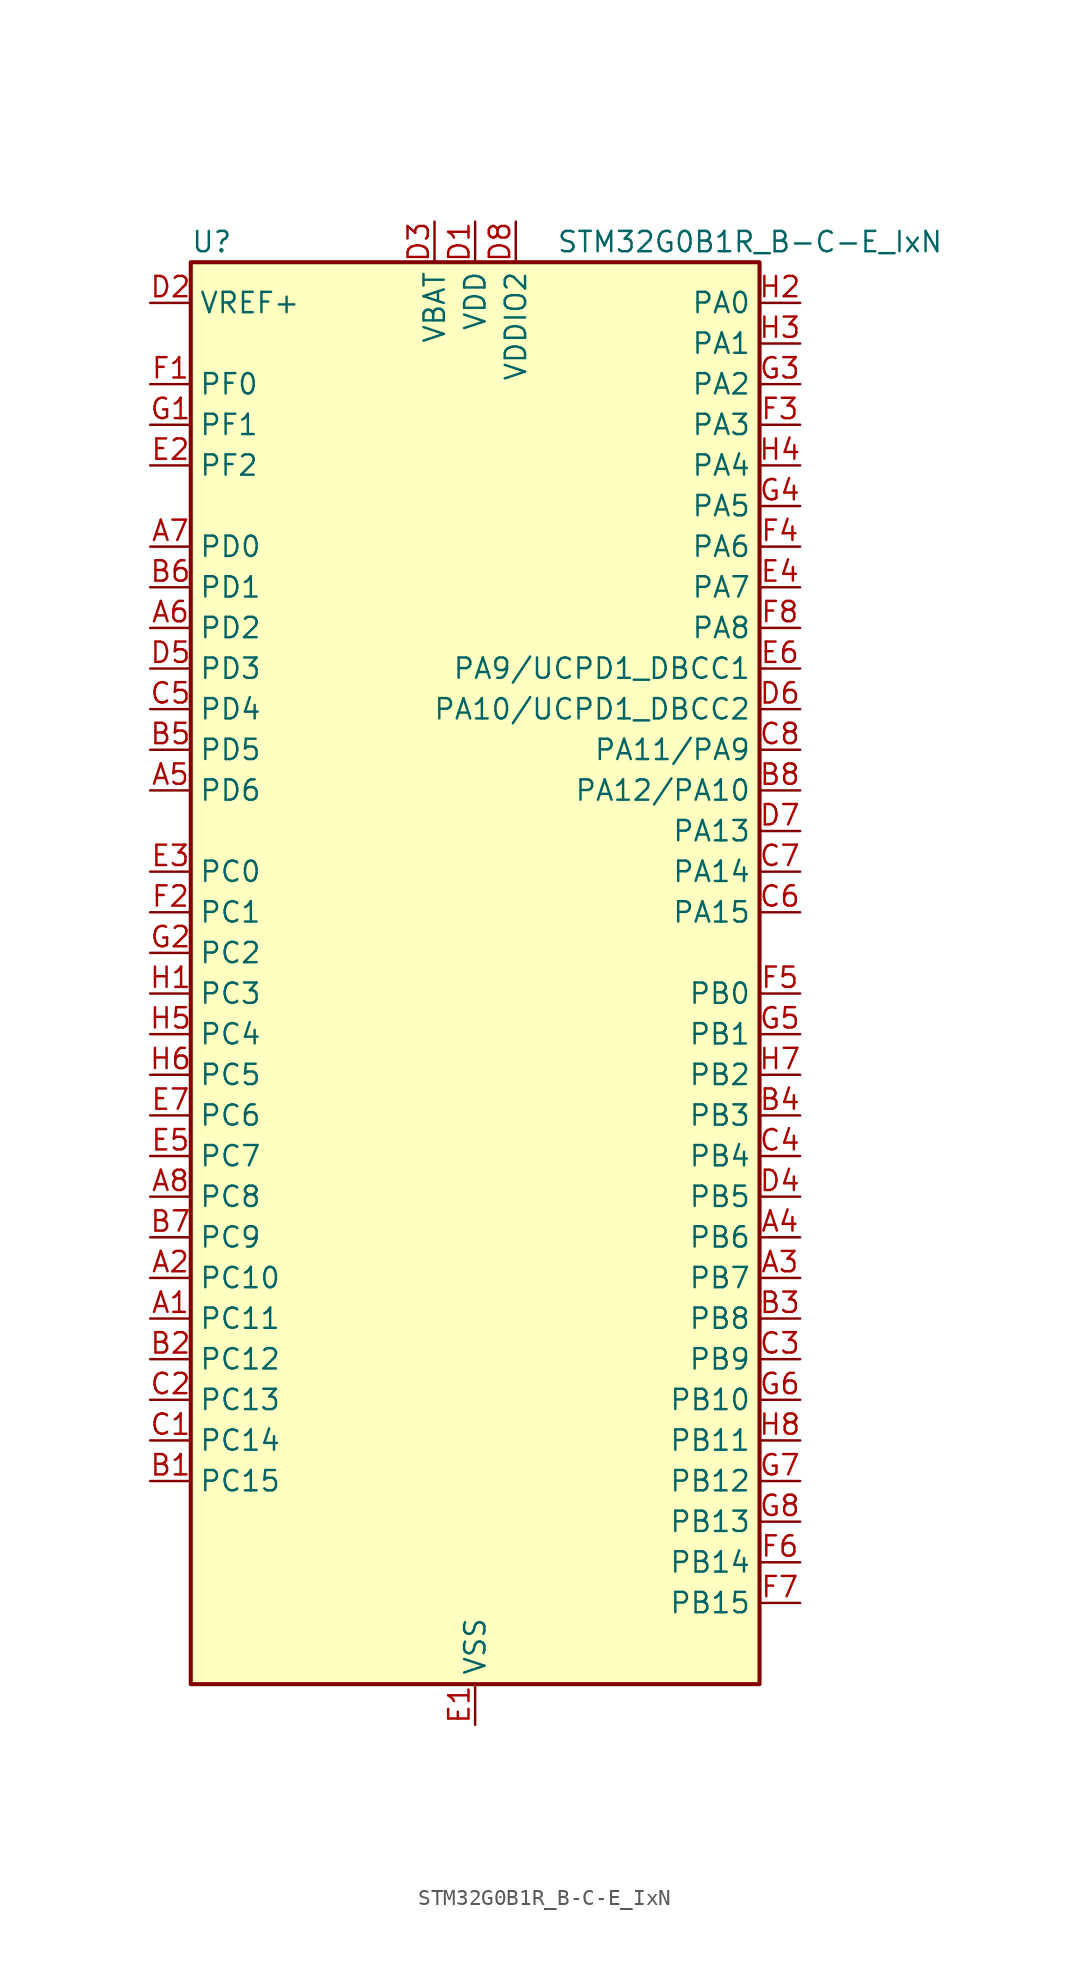
<source format=kicad_sym>
(kicad_symbol_lib
  (version 20231120)
  (generator "kicad_symbol_editor")
  (generator_version "8.0")
  (symbol "STM32G0B1R_B-C-E_IxN"
    (property "Reference" "U"
      (at -17.78 46.99 0)
      (effects (font (size 1.27 1.27)) (justify left)))
    (property "Value" "STM32G0B1R_B-C-E_IxN"
      (at 5.08 46.99 0)
      (effects (font (size 1.27 1.27)) (justify left)))
    (property "ki_locked" ""
      (at 0 0 0)
      (effects (font (size 1.27 1.27))))
    (symbol "STM32G0B1R_B-C-E_IxN_0_1"
      (rectangle (start -17.78 -43.18) (end 17.78 45.72) (stroke (width 0.254) (type default)) (fill (type background))))
    (symbol "STM32G0B1R_B-C-E_IxN_1_1"
      (pin bidirectional line (at -20.32 -20.32 0) (length 2.54) (name "PC11" (effects (font (size 1.27 1.27)))) (number "A1" (effects (font (size 1.27 1.27)))) (alternate "ADC1_EXTI11" bidirectional line) (alternate "SPI3_MISO" bidirectional line) (alternate "TIM1_CH4" bidirectional line) (alternate "USART3_RX" bidirectional line) (alternate "USART4_RX" bidirectional line))
      (pin bidirectional line (at -20.32 -17.78 0) (length 2.54) (name "PC10" (effects (font (size 1.27 1.27)))) (number "A2" (effects (font (size 1.27 1.27)))) (alternate "SPI3_SCK" bidirectional line) (alternate "TIM1_CH3" bidirectional line) (alternate "USART3_TX" bidirectional line) (alternate "USART4_TX" bidirectional line))
      (pin bidirectional line (at 20.32 -17.78 180) (length 2.54) (name "PB7" (effects (font (size 1.27 1.27)))) (number "A3" (effects (font (size 1.27 1.27)))) (alternate "COMP2_INM" bidirectional line) (alternate "I2C1_SDA" bidirectional line) (alternate "I2S2_SD" bidirectional line) (alternate "LPTIM1_IN2" bidirectional line) (alternate "LPUART2_RX" bidirectional line) (alternate "SPI2_MOSI" bidirectional line) (alternate "SYS_PVD_IN" bidirectional line) (alternate "TIM17_CH1N" bidirectional line) (alternate "TIM4_CH2" bidirectional line) (alternate "USART1_RX" bidirectional line) (alternate "USART4_CTS" bidirectional line) (alternate "USART4_NSS" bidirectional line))
      (pin bidirectional line (at 20.32 -15.24 180) (length 2.54) (name "PB6" (effects (font (size 1.27 1.27)))) (number "A4" (effects (font (size 1.27 1.27)))) (alternate "COMP2_INP" bidirectional line) (alternate "FDCAN2_TX" bidirectional line) (alternate "I2C1_SCL" bidirectional line) (alternate "I2S2_MCK" bidirectional line) (alternate "LPTIM1_ETR" bidirectional line) (alternate "LPUART2_TX" bidirectional line) (alternate "SPI2_MISO" bidirectional line) (alternate "TIM16_CH1N" bidirectional line) (alternate "TIM1_CH3" bidirectional line) (alternate "TIM4_CH1" bidirectional line) (alternate "USART1_TX" bidirectional line) (alternate "USART5_CTS" bidirectional line) (alternate "USART5_NSS" bidirectional line))
      (pin bidirectional line (at -20.32 12.7 0) (length 2.54) (name "PD6" (effects (font (size 1.27 1.27)))) (number "A5" (effects (font (size 1.27 1.27)))) (alternate "I2S1_SD" bidirectional line) (alternate "LPTIM2_OUT" bidirectional line) (alternate "SPI1_MOSI" bidirectional line) (alternate "USART2_RX" bidirectional line))
      (pin bidirectional line (at -20.32 22.86 0) (length 2.54) (name "PD2" (effects (font (size 1.27 1.27)))) (number "A6" (effects (font (size 1.27 1.27)))) (alternate "TIM1_CH1N" bidirectional line) (alternate "TIM3_ETR" bidirectional line) (alternate "UCPD2_CC2" bidirectional line) (alternate "USART3_CK" bidirectional line) (alternate "USART3_DE" bidirectional line) (alternate "USART3_RTS" bidirectional line) (alternate "USART5_RX" bidirectional line))
      (pin bidirectional line (at -20.32 27.94 0) (length 2.54) (name "PD0" (effects (font (size 1.27 1.27)))) (number "A7" (effects (font (size 1.27 1.27)))) (alternate "FDCAN1_RX" bidirectional line) (alternate "I2S2_WS" bidirectional line) (alternate "SPI2_NSS" bidirectional line) (alternate "TIM16_CH1" bidirectional line) (alternate "UCPD2_CC1" bidirectional line))
      (pin bidirectional line (at -20.32 -12.7 0) (length 2.54) (name "PC8" (effects (font (size 1.27 1.27)))) (number "A8" (effects (font (size 1.27 1.27)))) (alternate "LPUART2_CTS" bidirectional line) (alternate "TIM1_CH1" bidirectional line) (alternate "TIM3_CH3" bidirectional line) (alternate "UCPD2_FRSTX1" bidirectional line) (alternate "UCPD2_FRSTX2" bidirectional line))
      (pin bidirectional line (at -20.32 -30.48 0) (length 2.54) (name "PC15" (effects (font (size 1.27 1.27)))) (number "B1" (effects (font (size 1.27 1.27)))) (alternate "RCC_OSC32_EN" bidirectional line) (alternate "RCC_OSC32_OUT" bidirectional line) (alternate "RCC_OSC_EN" bidirectional line) (alternate "TIM15_BK" bidirectional line))
      (pin bidirectional line (at -20.32 -22.86 0) (length 2.54) (name "PC12" (effects (font (size 1.27 1.27)))) (number "B2" (effects (font (size 1.27 1.27)))) (alternate "LPTIM1_IN1" bidirectional line) (alternate "SPI3_MOSI" bidirectional line) (alternate "TIM14_CH1" bidirectional line) (alternate "UCPD1_FRSTX1" bidirectional line) (alternate "UCPD1_FRSTX2" bidirectional line) (alternate "USART5_TX" bidirectional line))
      (pin bidirectional line (at 20.32 -20.32 180) (length 2.54) (name "PB8" (effects (font (size 1.27 1.27)))) (number "B3" (effects (font (size 1.27 1.27)))) (alternate "CEC" bidirectional line) (alternate "FDCAN1_RX" bidirectional line) (alternate "I2C1_SCL" bidirectional line) (alternate "I2S2_CK" bidirectional line) (alternate "SPI2_SCK" bidirectional line) (alternate "TIM15_BK" bidirectional line) (alternate "TIM16_CH1" bidirectional line) (alternate "TIM4_CH3" bidirectional line) (alternate "USART3_TX" bidirectional line) (alternate "USART6_TX" bidirectional line))
      (pin bidirectional line (at 20.32 -7.62 180) (length 2.54) (name "PB3" (effects (font (size 1.27 1.27)))) (number "B4" (effects (font (size 1.27 1.27)))) (alternate "COMP2_INM" bidirectional line) (alternate "I2C2_SCL" bidirectional line) (alternate "I2C3_SCL" bidirectional line) (alternate "I2S1_CK" bidirectional line) (alternate "SPI1_SCK" bidirectional line) (alternate "SPI3_SCK" bidirectional line) (alternate "TIM1_CH2" bidirectional line) (alternate "TIM2_CH2" bidirectional line) (alternate "USART1_CK" bidirectional line) (alternate "USART1_DE" bidirectional line) (alternate "USART1_RTS" bidirectional line) (alternate "USART5_TX" bidirectional line))
      (pin bidirectional line (at -20.32 15.24 0) (length 2.54) (name "PD5" (effects (font (size 1.27 1.27)))) (number "B5" (effects (font (size 1.27 1.27)))) (alternate "I2S1_MCK" bidirectional line) (alternate "SPI1_MISO" bidirectional line) (alternate "TIM1_BK" bidirectional line) (alternate "USART2_TX" bidirectional line) (alternate "USART5_CTS" bidirectional line) (alternate "USART5_NSS" bidirectional line))
      (pin bidirectional line (at -20.32 25.4 0) (length 2.54) (name "PD1" (effects (font (size 1.27 1.27)))) (number "B6" (effects (font (size 1.27 1.27)))) (alternate "FDCAN1_TX" bidirectional line) (alternate "I2S2_CK" bidirectional line) (alternate "SPI2_SCK" bidirectional line) (alternate "TIM17_CH1" bidirectional line) (alternate "UCPD2_DBCC1" bidirectional line))
      (pin bidirectional line (at -20.32 -15.24 0) (length 2.54) (name "PC9" (effects (font (size 1.27 1.27)))) (number "B7" (effects (font (size 1.27 1.27)))) (alternate "DAC1_EXTI9" bidirectional line) (alternate "I2S_CKIN" bidirectional line) (alternate "LPUART2_DE" bidirectional line) (alternate "LPUART2_RTS" bidirectional line) (alternate "TIM1_CH2" bidirectional line) (alternate "TIM3_CH4" bidirectional line) (alternate "USB_NOE" bidirectional line))
      (pin bidirectional line (at 20.32 12.7 180) (length 2.54) (name "PA12/PA10" (effects (font (size 1.27 1.27)))) (number "B8" (effects (font (size 1.27 1.27)))) (alternate "COMP2_OUT" bidirectional line) (alternate "FDCAN1_TX" bidirectional line) (alternate "I2C2_SDA" bidirectional line) (alternate "I2S1_SD" bidirectional line) (alternate "I2S_CKIN" bidirectional line) (alternate "SPI1_MOSI" bidirectional line) (alternate "TIM1_ETR" bidirectional line) (alternate "USART1_CK" bidirectional line) (alternate "USART1_DE" bidirectional line) (alternate "USART1_RTS" bidirectional line) (alternate "USB_DP" bidirectional line))
      (pin bidirectional line (at -20.32 -27.94 0) (length 2.54) (name "PC14" (effects (font (size 1.27 1.27)))) (number "C1" (effects (font (size 1.27 1.27)))) (alternate "RCC_OSC32_IN" bidirectional line) (alternate "TIM1_BK2" bidirectional line))
      (pin bidirectional line (at -20.32 -25.4 0) (length 2.54) (name "PC13" (effects (font (size 1.27 1.27)))) (number "C2" (effects (font (size 1.27 1.27)))) (alternate "RTC_OUT1" bidirectional line) (alternate "RTC_TAMP_IN1" bidirectional line) (alternate "RTC_TS" bidirectional line) (alternate "SYS_WKUP2" bidirectional line) (alternate "TIM1_BK" bidirectional line))
      (pin bidirectional line (at 20.32 -22.86 180) (length 2.54) (name "PB9" (effects (font (size 1.27 1.27)))) (number "C3" (effects (font (size 1.27 1.27)))) (alternate "DAC1_EXTI9" bidirectional line) (alternate "FDCAN1_TX" bidirectional line) (alternate "I2C1_SDA" bidirectional line) (alternate "I2S2_WS" bidirectional line) (alternate "IR_OUT" bidirectional line) (alternate "SPI2_NSS" bidirectional line) (alternate "TIM17_CH1" bidirectional line) (alternate "TIM4_CH4" bidirectional line) (alternate "UCPD2_FRSTX1" bidirectional line) (alternate "UCPD2_FRSTX2" bidirectional line) (alternate "USART3_RX" bidirectional line) (alternate "USART6_RX" bidirectional line))
      (pin bidirectional line (at 20.32 -10.16 180) (length 2.54) (name "PB4" (effects (font (size 1.27 1.27)))) (number "C4" (effects (font (size 1.27 1.27)))) (alternate "COMP2_INP" bidirectional line) (alternate "I2C2_SDA" bidirectional line) (alternate "I2C3_SDA" bidirectional line) (alternate "I2S1_MCK" bidirectional line) (alternate "SPI1_MISO" bidirectional line) (alternate "SPI3_MISO" bidirectional line) (alternate "TIM17_BK" bidirectional line) (alternate "TIM3_CH1" bidirectional line) (alternate "USART1_CTS" bidirectional line) (alternate "USART1_NSS" bidirectional line) (alternate "USART5_RX" bidirectional line))
      (pin bidirectional line (at -20.32 17.78 0) (length 2.54) (name "PD4" (effects (font (size 1.27 1.27)))) (number "C5" (effects (font (size 1.27 1.27)))) (alternate "I2S2_SD" bidirectional line) (alternate "SPI2_MOSI" bidirectional line) (alternate "TIM1_CH3N" bidirectional line) (alternate "USART2_CK" bidirectional line) (alternate "USART2_DE" bidirectional line) (alternate "USART2_RTS" bidirectional line) (alternate "USART5_CK" bidirectional line) (alternate "USART5_DE" bidirectional line) (alternate "USART5_RTS" bidirectional line))
      (pin bidirectional line (at 20.32 5.08 180) (length 2.54) (name "PA15" (effects (font (size 1.27 1.27)))) (number "C6" (effects (font (size 1.27 1.27)))) (alternate "I2C2_SMBA" bidirectional line) (alternate "I2S1_WS" bidirectional line) (alternate "RCC_MCO_2" bidirectional line) (alternate "SPI1_NSS" bidirectional line) (alternate "SPI3_NSS" bidirectional line) (alternate "TIM2_CH1" bidirectional line) (alternate "TIM2_ETR" bidirectional line) (alternate "USART2_RX" bidirectional line) (alternate "USART3_CK" bidirectional line) (alternate "USART3_DE" bidirectional line) (alternate "USART3_RTS" bidirectional line) (alternate "USART4_CK" bidirectional line) (alternate "USART4_DE" bidirectional line) (alternate "USART4_RTS" bidirectional line) (alternate "USB_NOE" bidirectional line))
      (pin bidirectional line (at 20.32 7.62 180) (length 2.54) (name "PA14" (effects (font (size 1.27 1.27)))) (number "C7" (effects (font (size 1.27 1.27)))) (alternate "LPUART2_TX" bidirectional line) (alternate "SYS_SWCLK" bidirectional line) (alternate "USART2_TX" bidirectional line))
      (pin bidirectional line (at 20.32 15.24 180) (length 2.54) (name "PA11/PA9" (effects (font (size 1.27 1.27)))) (number "C8" (effects (font (size 1.27 1.27)))) (alternate "ADC1_EXTI11" bidirectional line) (alternate "COMP1_OUT" bidirectional line) (alternate "FDCAN1_RX" bidirectional line) (alternate "I2C2_SCL" bidirectional line) (alternate "I2S1_MCK" bidirectional line) (alternate "SPI1_MISO" bidirectional line) (alternate "TIM1_BK2" bidirectional line) (alternate "TIM1_CH4" bidirectional line) (alternate "USART1_CTS" bidirectional line) (alternate "USART1_NSS" bidirectional line) (alternate "USB_DM" bidirectional line))
      (pin power_in line (at 0 48.26 270) (length 2.54) (name "VDD" (effects (font (size 1.27 1.27)))) (number "D1" (effects (font (size 1.27 1.27)))))
      (pin input line (at -20.32 43.18 0) (length 2.54) (name "VREF+" (effects (font (size 1.27 1.27)))) (number "D2" (effects (font (size 1.27 1.27)))) (alternate "VREFBUF_OUT" bidirectional line))
      (pin power_in line (at -2.54 48.26 270) (length 2.54) (name "VBAT" (effects (font (size 1.27 1.27)))) (number "D3" (effects (font (size 1.27 1.27)))))
      (pin bidirectional line (at 20.32 -12.7 180) (length 2.54) (name "PB5" (effects (font (size 1.27 1.27)))) (number "D4" (effects (font (size 1.27 1.27)))) (alternate "COMP2_OUT" bidirectional line) (alternate "FDCAN2_RX" bidirectional line) (alternate "I2C1_SMBA" bidirectional line) (alternate "I2S1_SD" bidirectional line) (alternate "LPTIM1_IN1" bidirectional line) (alternate "SPI1_MOSI" bidirectional line) (alternate "SPI3_MOSI" bidirectional line) (alternate "SYS_WKUP6" bidirectional line) (alternate "TIM16_BK" bidirectional line) (alternate "TIM3_CH2" bidirectional line) (alternate "USART5_CK" bidirectional line) (alternate "USART5_DE" bidirectional line) (alternate "USART5_RTS" bidirectional line))
      (pin bidirectional line (at -20.32 20.32 0) (length 2.54) (name "PD3" (effects (font (size 1.27 1.27)))) (number "D5" (effects (font (size 1.27 1.27)))) (alternate "I2S2_MCK" bidirectional line) (alternate "SPI2_MISO" bidirectional line) (alternate "TIM1_CH2N" bidirectional line) (alternate "UCPD2_DBCC2" bidirectional line) (alternate "USART2_CTS" bidirectional line) (alternate "USART2_NSS" bidirectional line) (alternate "USART5_TX" bidirectional line))
      (pin bidirectional line (at 20.32 17.78 180) (length 2.54) (name "PA10/UCPD1_DBCC2" (effects (font (size 1.27 1.27)))) (number "D6" (effects (font (size 1.27 1.27)))) (alternate "I2C1_SDA" bidirectional line) (alternate "I2C2_SDA" bidirectional line) (alternate "I2S2_SD" bidirectional line) (alternate "RCC_MCO_2" bidirectional line) (alternate "SPI2_MOSI" bidirectional line) (alternate "TIM17_BK" bidirectional line) (alternate "TIM1_CH3" bidirectional line) (alternate "UCPD1_DBCC2" bidirectional line) (alternate "USART1_RX" bidirectional line))
      (pin bidirectional line (at 20.32 10.16 180) (length 2.54) (name "PA13" (effects (font (size 1.27 1.27)))) (number "D7" (effects (font (size 1.27 1.27)))) (alternate "IR_OUT" bidirectional line) (alternate "LPUART2_RX" bidirectional line) (alternate "SYS_SWDIO" bidirectional line) (alternate "USB_NOE" bidirectional line))
      (pin power_in line (at 2.54 48.26 270) (length 2.54) (name "VDDIO2" (effects (font (size 1.27 1.27)))) (number "D8" (effects (font (size 1.27 1.27)))))
      (pin power_in line (at 0 -45.72 90) (length 2.54) (name "VSS" (effects (font (size 1.27 1.27)))) (number "E1" (effects (font (size 1.27 1.27)))))
      (pin bidirectional line (at -20.32 33.02 0) (length 2.54) (name "PF2" (effects (font (size 1.27 1.27)))) (number "E2" (effects (font (size 1.27 1.27)))) (alternate "LPUART2_DE" bidirectional line) (alternate "LPUART2_RTS" bidirectional line) (alternate "LPUART2_TX" bidirectional line) (alternate "RCC_MCO" bidirectional line))
      (pin bidirectional line (at -20.32 7.62 0) (length 2.54) (name "PC0" (effects (font (size 1.27 1.27)))) (number "E3" (effects (font (size 1.27 1.27)))) (alternate "COMP3_INM" bidirectional line) (alternate "COMP3_OUT" bidirectional line) (alternate "I2C3_SCL" bidirectional line) (alternate "LPTIM1_IN1" bidirectional line) (alternate "LPTIM2_IN1" bidirectional line) (alternate "LPUART1_RX" bidirectional line) (alternate "LPUART2_TX" bidirectional line) (alternate "USART6_TX" bidirectional line))
      (pin bidirectional line (at 20.32 25.4 180) (length 2.54) (name "PA7" (effects (font (size 1.27 1.27)))) (number "E4" (effects (font (size 1.27 1.27)))) (alternate "ADC1_IN7" bidirectional line) (alternate "COMP2_OUT" bidirectional line) (alternate "I2C2_SCL" bidirectional line) (alternate "I2C3_SCL" bidirectional line) (alternate "I2S1_SD" bidirectional line) (alternate "SPI1_MOSI" bidirectional line) (alternate "TIM14_CH1" bidirectional line) (alternate "TIM17_CH1" bidirectional line) (alternate "TIM1_CH1N" bidirectional line) (alternate "TIM3_CH2" bidirectional line) (alternate "UCPD1_FRSTX1" bidirectional line) (alternate "UCPD1_FRSTX2" bidirectional line) (alternate "USART6_CK" bidirectional line) (alternate "USART6_DE" bidirectional line) (alternate "USART6_RTS" bidirectional line))
      (pin bidirectional line (at -20.32 -10.16 0) (length 2.54) (name "PC7" (effects (font (size 1.27 1.27)))) (number "E5" (effects (font (size 1.27 1.27)))) (alternate "LPUART2_RX" bidirectional line) (alternate "TIM2_CH4" bidirectional line) (alternate "TIM3_CH2" bidirectional line) (alternate "UCPD2_FRSTX1" bidirectional line) (alternate "UCPD2_FRSTX2" bidirectional line))
      (pin bidirectional line (at 20.32 20.32 180) (length 2.54) (name "PA9/UCPD1_DBCC1" (effects (font (size 1.27 1.27)))) (number "E6" (effects (font (size 1.27 1.27)))) (alternate "DAC1_EXTI9" bidirectional line) (alternate "I2C1_SCL" bidirectional line) (alternate "I2C2_SCL" bidirectional line) (alternate "I2S2_MCK" bidirectional line) (alternate "RCC_MCO" bidirectional line) (alternate "SPI2_MISO" bidirectional line) (alternate "TIM15_BK" bidirectional line) (alternate "TIM1_CH2" bidirectional line) (alternate "UCPD1_DBCC1" bidirectional line) (alternate "USART1_TX" bidirectional line))
      (pin bidirectional line (at -20.32 -7.62 0) (length 2.54) (name "PC6" (effects (font (size 1.27 1.27)))) (number "E7" (effects (font (size 1.27 1.27)))) (alternate "LPUART2_TX" bidirectional line) (alternate "TIM2_CH3" bidirectional line) (alternate "TIM3_CH1" bidirectional line) (alternate "UCPD1_FRSTX1" bidirectional line) (alternate "UCPD1_FRSTX2" bidirectional line))
      (pin passive line (at 0 -45.72 90) (length 2.54) hide (name "VSS" (effects (font (size 1.27 1.27)))) (number "E8" (effects (font (size 1.27 1.27)))))
      (pin bidirectional line (at -20.32 38.1 0) (length 2.54) (name "PF0" (effects (font (size 1.27 1.27)))) (number "F1" (effects (font (size 1.27 1.27)))) (alternate "CRS1_SYNC" bidirectional line) (alternate "RCC_OSC_IN" bidirectional line) (alternate "TIM14_CH1" bidirectional line))
      (pin bidirectional line (at -20.32 5.08 0) (length 2.54) (name "PC1" (effects (font (size 1.27 1.27)))) (number "F2" (effects (font (size 1.27 1.27)))) (alternate "COMP3_INP" bidirectional line) (alternate "I2C3_SDA" bidirectional line) (alternate "LPTIM1_OUT" bidirectional line) (alternate "LPUART1_TX" bidirectional line) (alternate "LPUART2_RX" bidirectional line) (alternate "TIM15_CH1" bidirectional line) (alternate "USART6_RX" bidirectional line))
      (pin bidirectional line (at 20.32 35.56 180) (length 2.54) (name "PA3" (effects (font (size 1.27 1.27)))) (number "F3" (effects (font (size 1.27 1.27)))) (alternate "ADC1_IN3" bidirectional line) (alternate "COMP2_INP" bidirectional line) (alternate "I2S2_MCK" bidirectional line) (alternate "LPUART1_RX" bidirectional line) (alternate "SPI2_MISO" bidirectional line) (alternate "TIM15_CH2" bidirectional line) (alternate "TIM2_CH4" bidirectional line) (alternate "UCPD2_FRSTX1" bidirectional line) (alternate "UCPD2_FRSTX2" bidirectional line) (alternate "USART2_RX" bidirectional line))
      (pin bidirectional line (at 20.32 27.94 180) (length 2.54) (name "PA6" (effects (font (size 1.27 1.27)))) (number "F4" (effects (font (size 1.27 1.27)))) (alternate "ADC1_IN6" bidirectional line) (alternate "COMP1_OUT" bidirectional line) (alternate "I2C2_SDA" bidirectional line) (alternate "I2C3_SDA" bidirectional line) (alternate "I2S1_MCK" bidirectional line) (alternate "LPUART1_CTS" bidirectional line) (alternate "SPI1_MISO" bidirectional line) (alternate "TIM16_CH1" bidirectional line) (alternate "TIM1_BK" bidirectional line) (alternate "TIM3_CH1" bidirectional line) (alternate "USART3_CTS" bidirectional line) (alternate "USART3_NSS" bidirectional line) (alternate "USART6_CTS" bidirectional line) (alternate "USART6_NSS" bidirectional line))
      (pin bidirectional line (at 20.32 0 180) (length 2.54) (name "PB0" (effects (font (size 1.27 1.27)))) (number "F5" (effects (font (size 1.27 1.27)))) (alternate "ADC1_IN8" bidirectional line) (alternate "COMP1_OUT" bidirectional line) (alternate "COMP3_INP" bidirectional line) (alternate "FDCAN2_RX" bidirectional line) (alternate "I2S1_WS" bidirectional line) (alternate "LPTIM1_OUT" bidirectional line) (alternate "LPUART2_CTS" bidirectional line) (alternate "SPI1_NSS" bidirectional line) (alternate "TIM1_CH2N" bidirectional line) (alternate "TIM3_CH3" bidirectional line) (alternate "UCPD1_FRSTX1" bidirectional line) (alternate "UCPD1_FRSTX2" bidirectional line) (alternate "USART3_RX" bidirectional line) (alternate "USART5_TX" bidirectional line))
      (pin bidirectional line (at 20.32 -35.56 180) (length 2.54) (name "PB14" (effects (font (size 1.27 1.27)))) (number "F6" (effects (font (size 1.27 1.27)))) (alternate "I2C2_SDA" bidirectional line) (alternate "I2S2_MCK" bidirectional line) (alternate "SPI2_MISO" bidirectional line) (alternate "TIM15_CH1" bidirectional line) (alternate "TIM1_CH2N" bidirectional line) (alternate "UCPD1_FRSTX1" bidirectional line) (alternate "UCPD1_FRSTX2" bidirectional line) (alternate "USART3_CK" bidirectional line) (alternate "USART3_DE" bidirectional line) (alternate "USART3_RTS" bidirectional line) (alternate "USART6_CK" bidirectional line) (alternate "USART6_DE" bidirectional line) (alternate "USART6_RTS" bidirectional line))
      (pin bidirectional line (at 20.32 -38.1 180) (length 2.54) (name "PB15" (effects (font (size 1.27 1.27)))) (number "F7" (effects (font (size 1.27 1.27)))) (alternate "I2S2_SD" bidirectional line) (alternate "RTC_REFIN" bidirectional line) (alternate "SPI2_MOSI" bidirectional line) (alternate "TIM15_CH1N" bidirectional line) (alternate "TIM15_CH2" bidirectional line) (alternate "TIM1_CH3N" bidirectional line) (alternate "UCPD1_CC2" bidirectional line) (alternate "USART6_CTS" bidirectional line) (alternate "USART6_NSS" bidirectional line))
      (pin bidirectional line (at 20.32 22.86 180) (length 2.54) (name "PA8" (effects (font (size 1.27 1.27)))) (number "F8" (effects (font (size 1.27 1.27)))) (alternate "CRS1_SYNC" bidirectional line) (alternate "I2C2_SMBA" bidirectional line) (alternate "I2S2_WS" bidirectional line) (alternate "LPTIM2_OUT" bidirectional line) (alternate "RCC_MCO" bidirectional line) (alternate "SPI2_NSS" bidirectional line) (alternate "TIM1_CH1" bidirectional line) (alternate "UCPD1_CC1" bidirectional line))
      (pin bidirectional line (at -20.32 35.56 0) (length 2.54) (name "PF1" (effects (font (size 1.27 1.27)))) (number "G1" (effects (font (size 1.27 1.27)))) (alternate "RCC_OSC_EN" bidirectional line) (alternate "RCC_OSC_OUT" bidirectional line) (alternate "TIM15_CH1N" bidirectional line))
      (pin bidirectional line (at -20.32 2.54 0) (length 2.54) (name "PC2" (effects (font (size 1.27 1.27)))) (number "G2" (effects (font (size 1.27 1.27)))) (alternate "COMP3_OUT" bidirectional line) (alternate "FDCAN2_RX" bidirectional line) (alternate "I2S2_MCK" bidirectional line) (alternate "LPTIM1_IN2" bidirectional line) (alternate "SPI2_MISO" bidirectional line) (alternate "TIM15_CH2" bidirectional line))
      (pin bidirectional line (at 20.32 38.1 180) (length 2.54) (name "PA2" (effects (font (size 1.27 1.27)))) (number "G3" (effects (font (size 1.27 1.27)))) (alternate "ADC1_IN2" bidirectional line) (alternate "COMP2_INM" bidirectional line) (alternate "COMP2_OUT" bidirectional line) (alternate "I2S1_SD" bidirectional line) (alternate "LPUART1_TX" bidirectional line) (alternate "RCC_LSCO" bidirectional line) (alternate "SPI1_MOSI" bidirectional line) (alternate "SYS_WKUP4" bidirectional line) (alternate "TIM15_CH1" bidirectional line) (alternate "TIM2_CH3" bidirectional line) (alternate "UCPD1_FRSTX1" bidirectional line) (alternate "UCPD1_FRSTX2" bidirectional line) (alternate "USART2_TX" bidirectional line))
      (pin bidirectional line (at 20.32 30.48 180) (length 2.54) (name "PA5" (effects (font (size 1.27 1.27)))) (number "G4" (effects (font (size 1.27 1.27)))) (alternate "ADC1_IN5" bidirectional line) (alternate "CEC" bidirectional line) (alternate "DAC1_OUT2" bidirectional line) (alternate "I2S1_CK" bidirectional line) (alternate "LPTIM2_ETR" bidirectional line) (alternate "SPI1_SCK" bidirectional line) (alternate "TIM2_CH1" bidirectional line) (alternate "TIM2_ETR" bidirectional line) (alternate "UCPD1_FRSTX1" bidirectional line) (alternate "UCPD1_FRSTX2" bidirectional line) (alternate "USART3_TX" bidirectional line) (alternate "USART6_RX" bidirectional line))
      (pin bidirectional line (at 20.32 -2.54 180) (length 2.54) (name "PB1" (effects (font (size 1.27 1.27)))) (number "G5" (effects (font (size 1.27 1.27)))) (alternate "ADC1_IN9" bidirectional line) (alternate "COMP1_INM" bidirectional line) (alternate "COMP3_OUT" bidirectional line) (alternate "FDCAN2_TX" bidirectional line) (alternate "LPTIM2_IN1" bidirectional line) (alternate "LPUART1_DE" bidirectional line) (alternate "LPUART1_RTS" bidirectional line) (alternate "LPUART2_DE" bidirectional line) (alternate "LPUART2_RTS" bidirectional line) (alternate "TIM14_CH1" bidirectional line) (alternate "TIM1_CH3N" bidirectional line) (alternate "TIM3_CH4" bidirectional line) (alternate "USART3_CK" bidirectional line) (alternate "USART3_DE" bidirectional line) (alternate "USART3_RTS" bidirectional line) (alternate "USART5_RX" bidirectional line))
      (pin bidirectional line (at 20.32 -25.4 180) (length 2.54) (name "PB10" (effects (font (size 1.27 1.27)))) (number "G6" (effects (font (size 1.27 1.27)))) (alternate "ADC1_IN11" bidirectional line) (alternate "CEC" bidirectional line) (alternate "COMP1_OUT" bidirectional line) (alternate "I2C2_SCL" bidirectional line) (alternate "I2S2_CK" bidirectional line) (alternate "LPUART1_RX" bidirectional line) (alternate "SPI2_SCK" bidirectional line) (alternate "TIM2_CH3" bidirectional line) (alternate "USART3_TX" bidirectional line))
      (pin bidirectional line (at 20.32 -30.48 180) (length 2.54) (name "PB12" (effects (font (size 1.27 1.27)))) (number "G7" (effects (font (size 1.27 1.27)))) (alternate "ADC1_IN16" bidirectional line) (alternate "FDCAN2_RX" bidirectional line) (alternate "I2C2_SMBA" bidirectional line) (alternate "I2S2_WS" bidirectional line) (alternate "LPUART1_DE" bidirectional line) (alternate "LPUART1_RTS" bidirectional line) (alternate "SPI2_NSS" bidirectional line) (alternate "TIM15_BK" bidirectional line) (alternate "TIM1_BK" bidirectional line) (alternate "UCPD2_FRSTX1" bidirectional line) (alternate "UCPD2_FRSTX2" bidirectional line))
      (pin bidirectional line (at 20.32 -33.02 180) (length 2.54) (name "PB13" (effects (font (size 1.27 1.27)))) (number "G8" (effects (font (size 1.27 1.27)))) (alternate "FDCAN2_TX" bidirectional line) (alternate "I2C2_SCL" bidirectional line) (alternate "I2S2_CK" bidirectional line) (alternate "LPUART1_CTS" bidirectional line) (alternate "SPI2_SCK" bidirectional line) (alternate "TIM15_CH1N" bidirectional line) (alternate "TIM1_CH1N" bidirectional line) (alternate "USART3_CTS" bidirectional line) (alternate "USART3_NSS" bidirectional line))
      (pin bidirectional line (at -20.32 0 0) (length 2.54) (name "PC3" (effects (font (size 1.27 1.27)))) (number "H1" (effects (font (size 1.27 1.27)))) (alternate "FDCAN2_TX" bidirectional line) (alternate "I2S2_SD" bidirectional line) (alternate "LPTIM1_ETR" bidirectional line) (alternate "LPTIM2_ETR" bidirectional line) (alternate "SPI2_MOSI" bidirectional line))
      (pin bidirectional line (at 20.32 43.18 180) (length 2.54) (name "PA0" (effects (font (size 1.27 1.27)))) (number "H2" (effects (font (size 1.27 1.27)))) (alternate "ADC1_IN0" bidirectional line) (alternate "COMP1_INM" bidirectional line) (alternate "COMP1_OUT" bidirectional line) (alternate "I2S2_CK" bidirectional line) (alternate "LPTIM1_OUT" bidirectional line) (alternate "RTC_TAMP_IN2" bidirectional line) (alternate "SPI2_SCK" bidirectional line) (alternate "SYS_WKUP1" bidirectional line) (alternate "TIM2_CH1" bidirectional line) (alternate "TIM2_ETR" bidirectional line) (alternate "UCPD2_FRSTX1" bidirectional line) (alternate "UCPD2_FRSTX2" bidirectional line) (alternate "USART2_CTS" bidirectional line) (alternate "USART2_NSS" bidirectional line) (alternate "USART4_TX" bidirectional line))
      (pin bidirectional line (at 20.32 40.64 180) (length 2.54) (name "PA1" (effects (font (size 1.27 1.27)))) (number "H3" (effects (font (size 1.27 1.27)))) (alternate "ADC1_IN1" bidirectional line) (alternate "COMP1_INP" bidirectional line) (alternate "I2C1_SMBA" bidirectional line) (alternate "I2S1_CK" bidirectional line) (alternate "SPI1_SCK" bidirectional line) (alternate "TIM15_CH1N" bidirectional line) (alternate "TIM2_CH2" bidirectional line) (alternate "USART2_CK" bidirectional line) (alternate "USART2_DE" bidirectional line) (alternate "USART2_RTS" bidirectional line) (alternate "USART4_RX" bidirectional line))
      (pin bidirectional line (at 20.32 33.02 180) (length 2.54) (name "PA4" (effects (font (size 1.27 1.27)))) (number "H4" (effects (font (size 1.27 1.27)))) (alternate "ADC1_IN4" bidirectional line) (alternate "DAC1_OUT1" bidirectional line) (alternate "I2S1_WS" bidirectional line) (alternate "I2S2_SD" bidirectional line) (alternate "LPTIM2_OUT" bidirectional line) (alternate "RTC_OUT2" bidirectional line) (alternate "SPI1_NSS" bidirectional line) (alternate "SPI2_MOSI" bidirectional line) (alternate "SPI3_NSS" bidirectional line) (alternate "TIM14_CH1" bidirectional line) (alternate "UCPD2_FRSTX1" bidirectional line) (alternate "UCPD2_FRSTX2" bidirectional line) (alternate "USART6_TX" bidirectional line) (alternate "USB_NOE" bidirectional line))
      (pin bidirectional line (at -20.32 -2.54 0) (length 2.54) (name "PC4" (effects (font (size 1.27 1.27)))) (number "H5" (effects (font (size 1.27 1.27)))) (alternate "ADC1_IN17" bidirectional line) (alternate "COMP1_INM" bidirectional line) (alternate "FDCAN1_RX" bidirectional line) (alternate "TIM2_CH1" bidirectional line) (alternate "TIM2_ETR" bidirectional line) (alternate "USART1_TX" bidirectional line) (alternate "USART3_TX" bidirectional line))
      (pin bidirectional line (at -20.32 -5.08 0) (length 2.54) (name "PC5" (effects (font (size 1.27 1.27)))) (number "H6" (effects (font (size 1.27 1.27)))) (alternate "ADC1_IN18" bidirectional line) (alternate "COMP1_INP" bidirectional line) (alternate "FDCAN1_TX" bidirectional line) (alternate "SYS_WKUP5" bidirectional line) (alternate "TIM2_CH2" bidirectional line) (alternate "USART1_RX" bidirectional line) (alternate "USART3_RX" bidirectional line))
      (pin bidirectional line (at 20.32 -5.08 180) (length 2.54) (name "PB2" (effects (font (size 1.27 1.27)))) (number "H7" (effects (font (size 1.27 1.27)))) (alternate "ADC1_IN10" bidirectional line) (alternate "COMP1_INP" bidirectional line) (alternate "COMP3_INM" bidirectional line) (alternate "I2S2_MCK" bidirectional line) (alternate "LPTIM1_OUT" bidirectional line) (alternate "RCC_MCO_2" bidirectional line) (alternate "SPI2_MISO" bidirectional line) (alternate "USART3_TX" bidirectional line))
      (pin bidirectional line (at 20.32 -27.94 180) (length 2.54) (name "PB11" (effects (font (size 1.27 1.27)))) (number "H8" (effects (font (size 1.27 1.27)))) (alternate "ADC1_EXTI11" bidirectional line) (alternate "ADC1_IN15" bidirectional line) (alternate "COMP2_OUT" bidirectional line) (alternate "I2C2_SDA" bidirectional line) (alternate "I2S2_SD" bidirectional line) (alternate "LPUART1_TX" bidirectional line) (alternate "SPI2_MOSI" bidirectional line) (alternate "TIM2_CH4" bidirectional line) (alternate "USART3_RX" bidirectional line)))))
</source>
